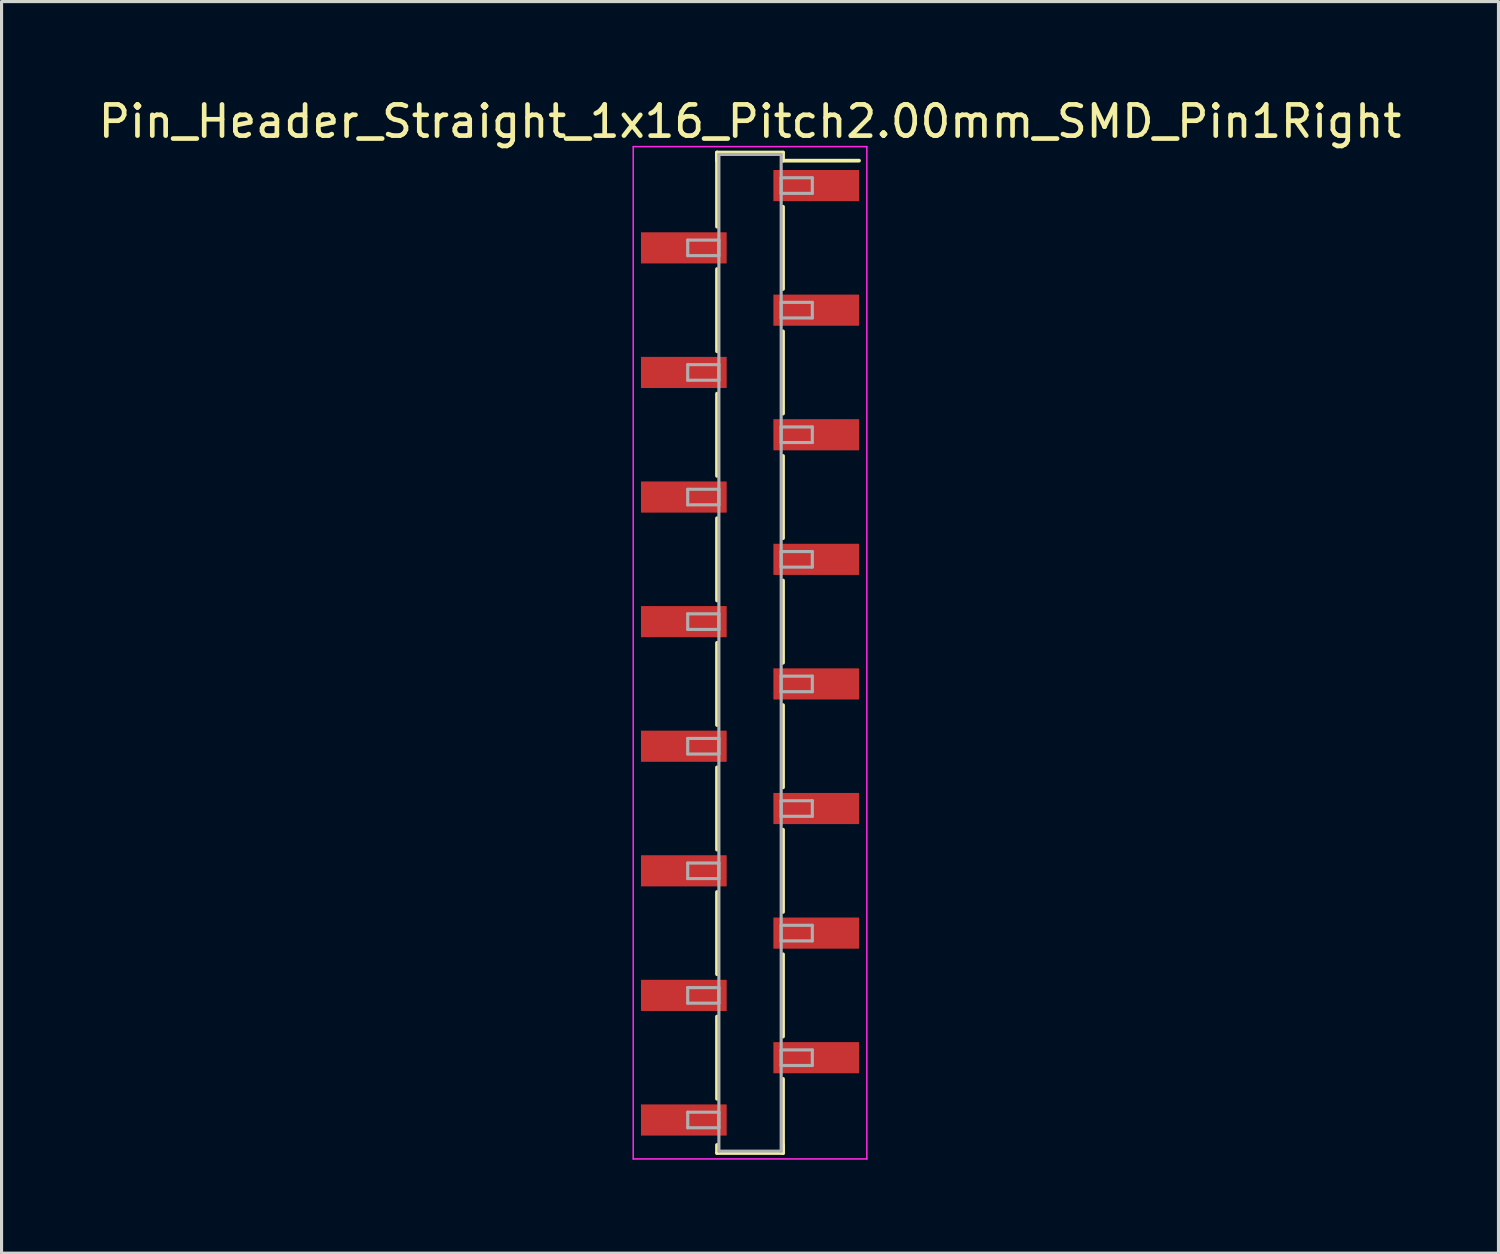
<source format=kicad_pcb>
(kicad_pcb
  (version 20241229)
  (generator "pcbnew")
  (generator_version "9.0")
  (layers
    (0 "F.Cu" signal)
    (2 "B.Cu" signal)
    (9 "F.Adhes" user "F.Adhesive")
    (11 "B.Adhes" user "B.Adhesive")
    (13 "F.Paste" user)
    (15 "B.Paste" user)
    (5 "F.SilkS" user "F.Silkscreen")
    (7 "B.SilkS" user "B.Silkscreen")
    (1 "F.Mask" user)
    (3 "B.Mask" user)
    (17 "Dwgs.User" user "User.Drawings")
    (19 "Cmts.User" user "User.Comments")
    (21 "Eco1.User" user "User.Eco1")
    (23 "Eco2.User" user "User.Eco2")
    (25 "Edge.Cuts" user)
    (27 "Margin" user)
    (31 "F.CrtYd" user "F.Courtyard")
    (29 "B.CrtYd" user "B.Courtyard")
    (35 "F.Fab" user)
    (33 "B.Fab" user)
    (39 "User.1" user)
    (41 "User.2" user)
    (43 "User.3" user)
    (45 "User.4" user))
  (footprint "Pin_Header_Straight_1x16_Pitch2.00mm_SMD_Pin1Right"
    (layer "F.Cu")
    (at 21.03 17.908)
    (property "Reference" "Pin_Header_Straight_1x16_Pitch2.00mm_SMD_Pin1Right" (at 0 -17.06 0) (layer "F.SilkS") (effects (font (size 1 1) (thickness 0.15))))
    (attr smd)
    (fp_line (start -1.06 -16.06) (end -1.06 -13.68) (stroke (width 0.12) (type solid)) (layer "F.SilkS"))
    (fp_line (start -1.06 -16.06) (end 1.06 -16.06) (stroke (width 0.12) (type solid)) (layer "F.SilkS"))
    (fp_line (start -1.06 -15.8) (end -1.06 -16.06) (stroke (width 0.12) (type solid)) (layer "F.SilkS"))
    (fp_line (start -1.06 -12.32) (end -1.06 -9.68) (stroke (width 0.12) (type solid)) (layer "F.SilkS"))
    (fp_line (start -1.06 -8.32) (end -1.06 -5.68) (stroke (width 0.12) (type solid)) (layer "F.SilkS"))
    (fp_line (start -1.06 -4.32) (end -1.06 -1.68) (stroke (width 0.12) (type solid)) (layer "F.SilkS"))
    (fp_line (start -1.06 -0.32) (end -1.06 2.32) (stroke (width 0.12) (type solid)) (layer "F.SilkS"))
    (fp_line (start -1.06 3.68) (end -1.06 6.32) (stroke (width 0.12) (type solid)) (layer "F.SilkS"))
    (fp_line (start -1.06 7.68) (end -1.06 10.32) (stroke (width 0.12) (type solid)) (layer "F.SilkS"))
    (fp_line (start -1.06 11.68) (end -1.06 14.32) (stroke (width 0.12) (type solid)) (layer "F.SilkS"))
    (fp_line (start -1.06 15.8) (end -1.06 16.06) (stroke (width 0.12) (type solid)) (layer "F.SilkS"))
    (fp_line (start -1.06 16.06) (end 1.06 16.06) (stroke (width 0.12) (type solid)) (layer "F.SilkS"))
    (fp_line (start 1.06 -16.06) (end 1.06 -15.8) (stroke (width 0.12) (type solid)) (layer "F.SilkS"))
    (fp_line (start 1.06 -15.8) (end 3.5 -15.8) (stroke (width 0.12) (type solid)) (layer "F.SilkS"))
    (fp_line (start 1.06 -14.32) (end 1.06 -11.68) (stroke (width 0.12) (type solid)) (layer "F.SilkS"))
    (fp_line (start 1.06 -10.32) (end 1.06 -7.68) (stroke (width 0.12) (type solid)) (layer "F.SilkS"))
    (fp_line (start 1.06 -6.32) (end 1.06 -3.68) (stroke (width 0.12) (type solid)) (layer "F.SilkS"))
    (fp_line (start 1.06 -2.32) (end 1.06 0.32) (stroke (width 0.12) (type solid)) (layer "F.SilkS"))
    (fp_line (start 1.06 1.68) (end 1.06 4.32) (stroke (width 0.12) (type solid)) (layer "F.SilkS"))
    (fp_line (start 1.06 5.68) (end 1.06 8.32) (stroke (width 0.12) (type solid)) (layer "F.SilkS"))
    (fp_line (start 1.06 9.68) (end 1.06 12.32) (stroke (width 0.12) (type solid)) (layer "F.SilkS"))
    (fp_line (start 1.06 13.68) (end 1.06 16.06) (stroke (width 0.12) (type solid)) (layer "F.SilkS"))
    (fp_line (start 1.06 16.06) (end 1.06 15.8) (stroke (width 0.12) (type solid)) (layer "F.SilkS"))
    (fp_line (start -3.75 -16.25) (end -3.75 16.25) (stroke (width 0.05) (type solid)) (layer "F.CrtYd"))
    (fp_line (start -3.75 16.25) (end 3.75 16.25) (stroke (width 0.05) (type solid)) (layer "F.CrtYd"))
    (fp_line (start 3.75 -16.25) (end -3.75 -16.25) (stroke (width 0.05) (type solid)) (layer "F.CrtYd"))
    (fp_line (start 3.75 16.25) (end 3.75 -16.25) (stroke (width 0.05) (type solid)) (layer "F.CrtYd"))
    (fp_line (start -2 -13.25) (end -1 -13.25) (stroke (width 0.1) (type solid)) (layer "F.Fab"))
    (fp_line (start -2 -12.75) (end -2 -13.25) (stroke (width 0.1) (type solid)) (layer "F.Fab"))
    (fp_line (start -2 -9.25) (end -1 -9.25) (stroke (width 0.1) (type solid)) (layer "F.Fab"))
    (fp_line (start -2 -8.75) (end -2 -9.25) (stroke (width 0.1) (type solid)) (layer "F.Fab"))
    (fp_line (start -2 -5.25) (end -1 -5.25) (stroke (width 0.1) (type solid)) (layer "F.Fab"))
    (fp_line (start -2 -4.75) (end -2 -5.25) (stroke (width 0.1) (type solid)) (layer "F.Fab"))
    (fp_line (start -2 -1.25) (end -1 -1.25) (stroke (width 0.1) (type solid)) (layer "F.Fab"))
    (fp_line (start -2 -0.75) (end -2 -1.25) (stroke (width 0.1) (type solid)) (layer "F.Fab"))
    (fp_line (start -2 2.75) (end -1 2.75) (stroke (width 0.1) (type solid)) (layer "F.Fab"))
    (fp_line (start -2 3.25) (end -2 2.75) (stroke (width 0.1) (type solid)) (layer "F.Fab"))
    (fp_line (start -2 6.75) (end -1 6.75) (stroke (width 0.1) (type solid)) (layer "F.Fab"))
    (fp_line (start -2 7.25) (end -2 6.75) (stroke (width 0.1) (type solid)) (layer "F.Fab"))
    (fp_line (start -2 10.75) (end -1 10.75) (stroke (width 0.1) (type solid)) (layer "F.Fab"))
    (fp_line (start -2 11.25) (end -2 10.75) (stroke (width 0.1) (type solid)) (layer "F.Fab"))
    (fp_line (start -2 14.75) (end -1 14.75) (stroke (width 0.1) (type solid)) (layer "F.Fab"))
    (fp_line (start -2 15.25) (end -2 14.75) (stroke (width 0.1) (type solid)) (layer "F.Fab"))
    (fp_line (start -1 -16) (end -1 16) (stroke (width 0.1) (type solid)) (layer "F.Fab"))
    (fp_line (start -1 -13.25) (end -1 -12.75) (stroke (width 0.1) (type solid)) (layer "F.Fab"))
    (fp_line (start -1 -12.75) (end -2 -12.75) (stroke (width 0.1) (type solid)) (layer "F.Fab"))
    (fp_line (start -1 -9.25) (end -1 -8.75) (stroke (width 0.1) (type solid)) (layer "F.Fab"))
    (fp_line (start -1 -8.75) (end -2 -8.75) (stroke (width 0.1) (type solid)) (layer "F.Fab"))
    (fp_line (start -1 -5.25) (end -1 -4.75) (stroke (width 0.1) (type solid)) (layer "F.Fab"))
    (fp_line (start -1 -4.75) (end -2 -4.75) (stroke (width 0.1) (type solid)) (layer "F.Fab"))
    (fp_line (start -1 -1.25) (end -1 -0.75) (stroke (width 0.1) (type solid)) (layer "F.Fab"))
    (fp_line (start -1 -0.75) (end -2 -0.75) (stroke (width 0.1) (type solid)) (layer "F.Fab"))
    (fp_line (start -1 2.75) (end -1 3.25) (stroke (width 0.1) (type solid)) (layer "F.Fab"))
    (fp_line (start -1 3.25) (end -2 3.25) (stroke (width 0.1) (type solid)) (layer "F.Fab"))
    (fp_line (start -1 6.75) (end -1 7.25) (stroke (width 0.1) (type solid)) (layer "F.Fab"))
    (fp_line (start -1 7.25) (end -2 7.25) (stroke (width 0.1) (type solid)) (layer "F.Fab"))
    (fp_line (start -1 10.75) (end -1 11.25) (stroke (width 0.1) (type solid)) (layer "F.Fab"))
    (fp_line (start -1 11.25) (end -2 11.25) (stroke (width 0.1) (type solid)) (layer "F.Fab"))
    (fp_line (start -1 14.75) (end -1 15.25) (stroke (width 0.1) (type solid)) (layer "F.Fab"))
    (fp_line (start -1 15.25) (end -2 15.25) (stroke (width 0.1) (type solid)) (layer "F.Fab"))
    (fp_line (start -1 16) (end 1 16) (stroke (width 0.1) (type solid)) (layer "F.Fab"))
    (fp_line (start 1 -16) (end -1 -16) (stroke (width 0.1) (type solid)) (layer "F.Fab"))
    (fp_line (start 1 -15.25) (end 1 -14.75) (stroke (width 0.1) (type solid)) (layer "F.Fab"))
    (fp_line (start 1 -14.75) (end 2 -14.75) (stroke (width 0.1) (type solid)) (layer "F.Fab"))
    (fp_line (start 1 -11.25) (end 1 -10.75) (stroke (width 0.1) (type solid)) (layer "F.Fab"))
    (fp_line (start 1 -10.75) (end 2 -10.75) (stroke (width 0.1) (type solid)) (layer "F.Fab"))
    (fp_line (start 1 -7.25) (end 1 -6.75) (stroke (width 0.1) (type solid)) (layer "F.Fab"))
    (fp_line (start 1 -6.75) (end 2 -6.75) (stroke (width 0.1) (type solid)) (layer "F.Fab"))
    (fp_line (start 1 -3.25) (end 1 -2.75) (stroke (width 0.1) (type solid)) (layer "F.Fab"))
    (fp_line (start 1 -2.75) (end 2 -2.75) (stroke (width 0.1) (type solid)) (layer "F.Fab"))
    (fp_line (start 1 0.75) (end 1 1.25) (stroke (width 0.1) (type solid)) (layer "F.Fab"))
    (fp_line (start 1 1.25) (end 2 1.25) (stroke (width 0.1) (type solid)) (layer "F.Fab"))
    (fp_line (start 1 4.75) (end 1 5.25) (stroke (width 0.1) (type solid)) (layer "F.Fab"))
    (fp_line (start 1 5.25) (end 2 5.25) (stroke (width 0.1) (type solid)) (layer "F.Fab"))
    (fp_line (start 1 8.75) (end 1 9.25) (stroke (width 0.1) (type solid)) (layer "F.Fab"))
    (fp_line (start 1 9.25) (end 2 9.25) (stroke (width 0.1) (type solid)) (layer "F.Fab"))
    (fp_line (start 1 12.75) (end 1 13.25) (stroke (width 0.1) (type solid)) (layer "F.Fab"))
    (fp_line (start 1 13.25) (end 2 13.25) (stroke (width 0.1) (type solid)) (layer "F.Fab"))
    (fp_line (start 1 16) (end 1 -16) (stroke (width 0.1) (type solid)) (layer "F.Fab"))
    (fp_line (start 2 -15.25) (end 1 -15.25) (stroke (width 0.1) (type solid)) (layer "F.Fab"))
    (fp_line (start 2 -14.75) (end 2 -15.25) (stroke (width 0.1) (type solid)) (layer "F.Fab"))
    (fp_line (start 2 -11.25) (end 1 -11.25) (stroke (width 0.1) (type solid)) (layer "F.Fab"))
    (fp_line (start 2 -10.75) (end 2 -11.25) (stroke (width 0.1) (type solid)) (layer "F.Fab"))
    (fp_line (start 2 -7.25) (end 1 -7.25) (stroke (width 0.1) (type solid)) (layer "F.Fab"))
    (fp_line (start 2 -6.75) (end 2 -7.25) (stroke (width 0.1) (type solid)) (layer "F.Fab"))
    (fp_line (start 2 -3.25) (end 1 -3.25) (stroke (width 0.1) (type solid)) (layer "F.Fab"))
    (fp_line (start 2 -2.75) (end 2 -3.25) (stroke (width 0.1) (type solid)) (layer "F.Fab"))
    (fp_line (start 2 0.75) (end 1 0.75) (stroke (width 0.1) (type solid)) (layer "F.Fab"))
    (fp_line (start 2 1.25) (end 2 0.75) (stroke (width 0.1) (type solid)) (layer "F.Fab"))
    (fp_line (start 2 4.75) (end 1 4.75) (stroke (width 0.1) (type solid)) (layer "F.Fab"))
    (fp_line (start 2 5.25) (end 2 4.75) (stroke (width 0.1) (type solid)) (layer "F.Fab"))
    (fp_line (start 2 8.75) (end 1 8.75) (stroke (width 0.1) (type solid)) (layer "F.Fab"))
    (fp_line (start 2 9.25) (end 2 8.75) (stroke (width 0.1) (type solid)) (layer "F.Fab"))
    (fp_line (start 2 12.75) (end 1 12.75) (stroke (width 0.1) (type solid)) (layer "F.Fab"))
    (fp_line (start 2 13.25) (end 2 12.75) (stroke (width 0.1) (type solid)) (layer "F.Fab"))
    (pad "1" smd rect (at 2.125 -15) (size 2.75 1) (layers "F.Cu" "F.Mask"))
    (pad "2" smd rect (at -2.125 -13) (size 2.75 1) (layers "F.Cu" "F.Mask"))
    (pad "3" smd rect (at 2.125 -11) (size 2.75 1) (layers "F.Cu" "F.Mask"))
    (pad "4" smd rect (at -2.125 -9) (size 2.75 1) (layers "F.Cu" "F.Mask"))
    (pad "5" smd rect (at 2.125 -7) (size 2.75 1) (layers "F.Cu" "F.Mask"))
    (pad "6" smd rect (at -2.125 -5) (size 2.75 1) (layers "F.Cu" "F.Mask"))
    (pad "7" smd rect (at 2.125 -3) (size 2.75 1) (layers "F.Cu" "F.Mask"))
    (pad "8" smd rect (at -2.125 -1) (size 2.75 1) (layers "F.Cu" "F.Mask"))
    (pad "9" smd rect (at 2.125 1) (size 2.75 1) (layers "F.Cu" "F.Mask"))
    (pad "10" smd rect (at -2.125 3) (size 2.75 1) (layers "F.Cu" "F.Mask"))
    (pad "11" smd rect (at 2.125 5) (size 2.75 1) (layers "F.Cu" "F.Mask"))
    (pad "12" smd rect (at -2.125 7) (size 2.75 1) (layers "F.Cu" "F.Mask"))
    (pad "13" smd rect (at 2.125 9) (size 2.75 1) (layers "F.Cu" "F.Mask"))
    (pad "14" smd rect (at -2.125 11) (size 2.75 1) (layers "F.Cu" "F.Mask"))
    (pad "15" smd rect (at 2.125 13) (size 2.75 1) (layers "F.Cu" "F.Mask"))
    (pad "16" smd rect (at -2.125 15) (size 2.75 1) (layers "F.Cu" "F.Mask")))
  (gr_rect
    (start -3 -3)
    (end 45.06 37.183)
    (stroke (width 0.1) (type default))
    (fill no)
    (layer "Edge.Cuts")))
</source>
